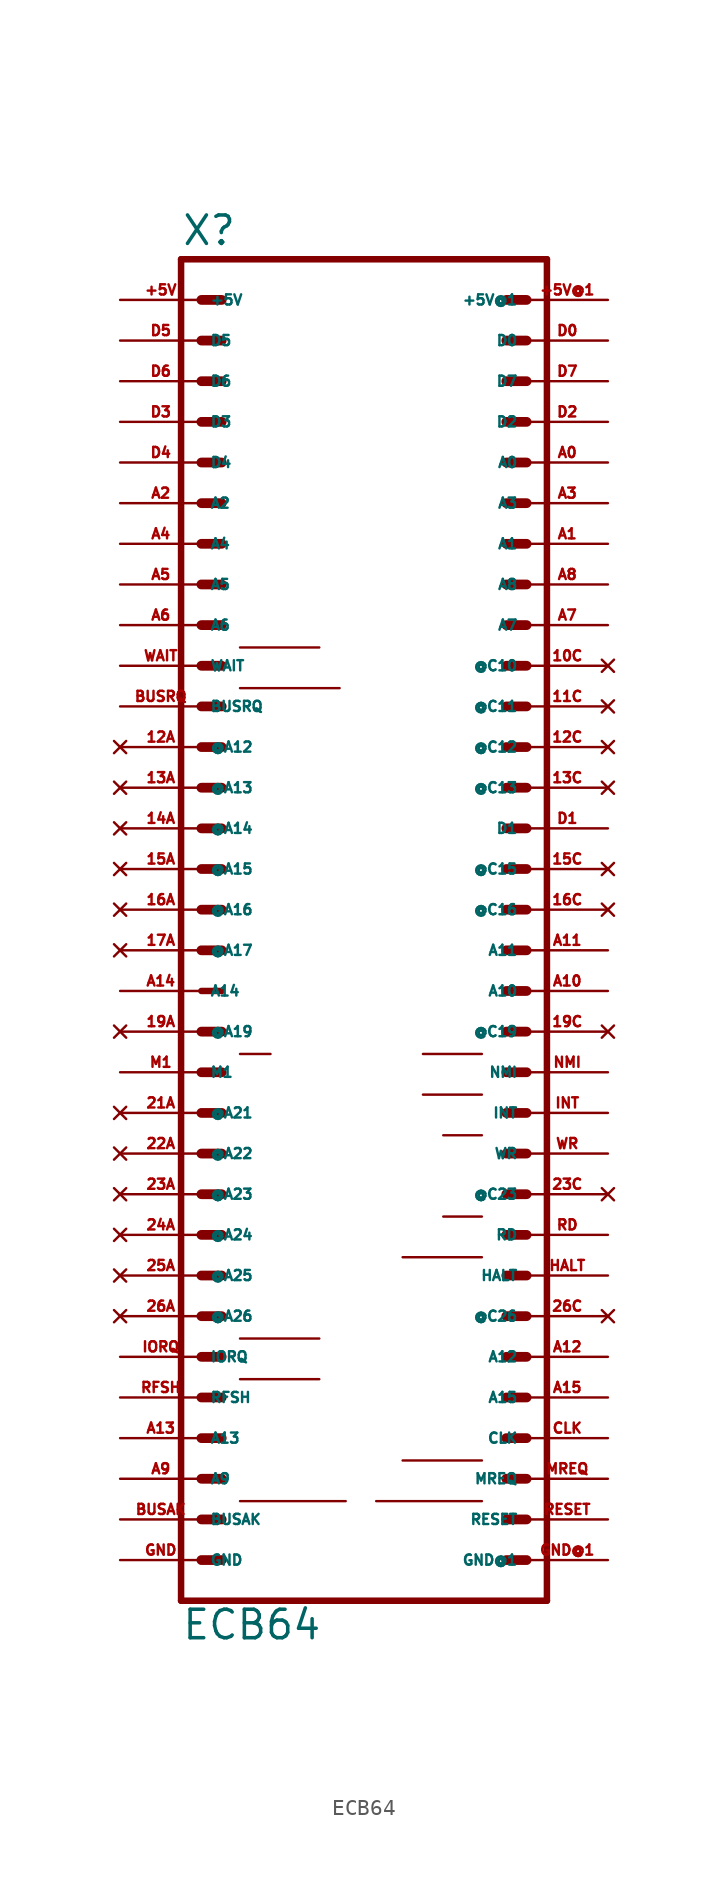
<source format=kicad_sym>
(kicad_symbol_lib
  (version 20220914)
  (generator Eagle2Kicad)
  (symbol "ECB64"
    (property "Reference" "X"
      (at -11.43 41.402 0)
      (effects (font (size 1.778 1.778) (thickness 0.22)) (justify left bottom)))
    (property "Value" "ECB64"
      (at -11.43 -45.72 0)
      (effects (font (size 1.778 1.778) (thickness 0.22)) (justify left bottom)))
    (polyline
      (pts (xy 11.43 -43.18) (xy -11.43 -43.18))
      (stroke (width 0.406) (type default))
      (fill (type none)))
    (polyline
      (pts (xy -11.43 40.64) (xy -11.43 -43.18))
      (stroke (width 0.406) (type default))
      (fill (type none)))
    (polyline
      (pts (xy -11.43 40.64) (xy 11.43 40.64))
      (stroke (width 0.406) (type default))
      (fill (type none)))
    (polyline
      (pts (xy 11.43 -43.18) (xy 11.43 40.64))
      (stroke (width 0.406) (type default))
      (fill (type none)))
    (polyline
      (pts (xy 8.89 -40.64) (xy 10.16 -40.64))
      (stroke (width 0.61) (type default))
      (fill (type none)))
    (polyline
      (pts (xy 8.89 -38.1) (xy 10.16 -38.1))
      (stroke (width 0.61) (type default))
      (fill (type none)))
    (polyline
      (pts (xy 8.89 -35.56) (xy 10.16 -35.56))
      (stroke (width 0.61) (type default))
      (fill (type none)))
    (polyline
      (pts (xy 8.89 -33.02) (xy 10.16 -33.02))
      (stroke (width 0.61) (type default))
      (fill (type none)))
    (polyline
      (pts (xy 8.89 -30.48) (xy 10.16 -30.48))
      (stroke (width 0.61) (type default))
      (fill (type none)))
    (polyline
      (pts (xy 8.89 -27.94) (xy 10.16 -27.94))
      (stroke (width 0.61) (type default))
      (fill (type none)))
    (polyline
      (pts (xy 8.89 -25.4) (xy 10.16 -25.4))
      (stroke (width 0.61) (type default))
      (fill (type none)))
    (polyline
      (pts (xy 8.89 -22.86) (xy 10.16 -22.86))
      (stroke (width 0.61) (type default))
      (fill (type none)))
    (polyline
      (pts (xy 8.89 -20.32) (xy 10.16 -20.32))
      (stroke (width 0.61) (type default))
      (fill (type none)))
    (polyline
      (pts (xy 8.89 -17.78) (xy 10.16 -17.78))
      (stroke (width 0.61) (type default))
      (fill (type none)))
    (polyline
      (pts (xy 8.89 -15.24) (xy 10.16 -15.24))
      (stroke (width 0.61) (type default))
      (fill (type none)))
    (polyline
      (pts (xy 8.89 -12.7) (xy 10.16 -12.7))
      (stroke (width 0.61) (type default))
      (fill (type none)))
    (polyline
      (pts (xy 8.89 -10.16) (xy 10.16 -10.16))
      (stroke (width 0.61) (type default))
      (fill (type none)))
    (polyline
      (pts (xy 8.89 -7.62) (xy 10.16 -7.62))
      (stroke (width 0.61) (type default))
      (fill (type none)))
    (polyline
      (pts (xy 8.89 -5.08) (xy 10.16 -5.08))
      (stroke (width 0.61) (type default))
      (fill (type none)))
    (polyline
      (pts (xy 8.89 -2.54) (xy 10.16 -2.54))
      (stroke (width 0.61) (type default))
      (fill (type none)))
    (polyline
      (pts (xy 8.89 0) (xy 10.16 0))
      (stroke (width 0.61) (type default))
      (fill (type none)))
    (polyline
      (pts (xy 8.89 2.54) (xy 10.16 2.54))
      (stroke (width 0.61) (type default))
      (fill (type none)))
    (polyline
      (pts (xy 8.89 5.08) (xy 10.16 5.08))
      (stroke (width 0.61) (type default))
      (fill (type none)))
    (polyline
      (pts (xy 8.89 7.62) (xy 10.16 7.62))
      (stroke (width 0.61) (type default))
      (fill (type none)))
    (polyline
      (pts (xy 8.89 10.16) (xy 10.16 10.16))
      (stroke (width 0.61) (type default))
      (fill (type none)))
    (polyline
      (pts (xy 8.89 12.7) (xy 10.16 12.7))
      (stroke (width 0.61) (type default))
      (fill (type none)))
    (polyline
      (pts (xy 8.89 15.24) (xy 10.16 15.24))
      (stroke (width 0.61) (type default))
      (fill (type none)))
    (polyline
      (pts (xy 8.89 17.78) (xy 10.16 17.78))
      (stroke (width 0.61) (type default))
      (fill (type none)))
    (polyline
      (pts (xy 8.89 20.32) (xy 10.16 20.32))
      (stroke (width 0.61) (type default))
      (fill (type none)))
    (polyline
      (pts (xy 8.89 22.86) (xy 10.16 22.86))
      (stroke (width 0.61) (type default))
      (fill (type none)))
    (polyline
      (pts (xy 8.89 25.4) (xy 10.16 25.4))
      (stroke (width 0.61) (type default))
      (fill (type none)))
    (polyline
      (pts (xy 8.89 27.94) (xy 10.16 27.94))
      (stroke (width 0.61) (type default))
      (fill (type none)))
    (polyline
      (pts (xy 8.89 30.48) (xy 10.16 30.48))
      (stroke (width 0.61) (type default))
      (fill (type none)))
    (polyline
      (pts (xy 8.89 33.02) (xy 10.16 33.02))
      (stroke (width 0.61) (type default))
      (fill (type none)))
    (polyline
      (pts (xy 8.89 35.56) (xy 10.16 35.56))
      (stroke (width 0.61) (type default))
      (fill (type none)))
    (polyline
      (pts (xy 8.89 38.1) (xy 10.16 38.1))
      (stroke (width 0.61) (type default))
      (fill (type none)))
    (polyline
      (pts (xy -10.16 -40.64) (xy -8.89 -40.64))
      (stroke (width 0.61) (type default))
      (fill (type none)))
    (polyline
      (pts (xy -10.16 -38.1) (xy -8.89 -38.1))
      (stroke (width 0.61) (type default))
      (fill (type none)))
    (polyline
      (pts (xy -10.16 -35.56) (xy -8.89 -35.56))
      (stroke (width 0.61) (type default))
      (fill (type none)))
    (polyline
      (pts (xy -10.16 -33.02) (xy -8.89 -33.02))
      (stroke (width 0.61) (type default))
      (fill (type none)))
    (polyline
      (pts (xy -10.16 -30.48) (xy -8.89 -30.48))
      (stroke (width 0.61) (type default))
      (fill (type none)))
    (polyline
      (pts (xy -10.16 -27.94) (xy -8.89 -27.94))
      (stroke (width 0.61) (type default))
      (fill (type none)))
    (polyline
      (pts (xy -10.16 -25.4) (xy -8.89 -25.4))
      (stroke (width 0.61) (type default))
      (fill (type none)))
    (polyline
      (pts (xy -10.16 -22.86) (xy -8.89 -22.86))
      (stroke (width 0.61) (type default))
      (fill (type none)))
    (polyline
      (pts (xy -10.16 -20.32) (xy -8.89 -20.32))
      (stroke (width 0.61) (type default))
      (fill (type none)))
    (polyline
      (pts (xy -10.16 -17.78) (xy -8.89 -17.78))
      (stroke (width 0.61) (type default))
      (fill (type none)))
    (polyline
      (pts (xy -10.16 -15.24) (xy -8.89 -15.24))
      (stroke (width 0.61) (type default))
      (fill (type none)))
    (polyline
      (pts (xy -10.16 -12.7) (xy -8.89 -12.7))
      (stroke (width 0.61) (type default))
      (fill (type none)))
    (polyline
      (pts (xy -10.16 -10.16) (xy -8.89 -10.16))
      (stroke (width 0.61) (type default))
      (fill (type none)))
    (polyline
      (pts (xy -10.16 -7.62) (xy -8.89 -7.62))
      (stroke (width 0.61) (type default))
      (fill (type none)))
    (polyline
      (pts (xy -10.16 -5.08) (xy -8.89 -5.08))
      (stroke (width 0.406) (type default))
      (fill (type none)))
    (polyline
      (pts (xy -10.16 -2.54) (xy -8.89 -2.54))
      (stroke (width 0.61) (type default))
      (fill (type none)))
    (polyline
      (pts (xy -10.16 0) (xy -8.89 0))
      (stroke (width 0.61) (type default))
      (fill (type none)))
    (polyline
      (pts (xy -10.16 2.54) (xy -8.89 2.54))
      (stroke (width 0.61) (type default))
      (fill (type none)))
    (polyline
      (pts (xy -10.16 5.08) (xy -8.89 5.08))
      (stroke (width 0.61) (type default))
      (fill (type none)))
    (polyline
      (pts (xy -10.16 7.62) (xy -8.89 7.62))
      (stroke (width 0.61) (type default))
      (fill (type none)))
    (polyline
      (pts (xy -10.16 10.16) (xy -8.89 10.16))
      (stroke (width 0.61) (type default))
      (fill (type none)))
    (polyline
      (pts (xy -10.16 12.7) (xy -8.89 12.7))
      (stroke (width 0.61) (type default))
      (fill (type none)))
    (polyline
      (pts (xy -10.16 15.24) (xy -8.89 15.24))
      (stroke (width 0.61) (type default))
      (fill (type none)))
    (polyline
      (pts (xy -10.16 17.78) (xy -8.89 17.78))
      (stroke (width 0.61) (type default))
      (fill (type none)))
    (polyline
      (pts (xy -10.16 20.32) (xy -8.89 20.32))
      (stroke (width 0.61) (type default))
      (fill (type none)))
    (polyline
      (pts (xy -10.16 22.86) (xy -8.89 22.86))
      (stroke (width 0.61) (type default))
      (fill (type none)))
    (polyline
      (pts (xy -10.16 25.4) (xy -8.89 25.4))
      (stroke (width 0.61) (type default))
      (fill (type none)))
    (polyline
      (pts (xy -10.16 27.94) (xy -8.89 27.94))
      (stroke (width 0.61) (type default))
      (fill (type none)))
    (polyline
      (pts (xy -10.16 30.48) (xy -8.89 30.48))
      (stroke (width 0.61) (type default))
      (fill (type none)))
    (polyline
      (pts (xy -10.16 33.02) (xy -8.89 33.02))
      (stroke (width 0.61) (type default))
      (fill (type none)))
    (polyline
      (pts (xy -10.16 35.56) (xy -8.89 35.56))
      (stroke (width 0.61) (type default))
      (fill (type none)))
    (polyline
      (pts (xy -10.16 38.1) (xy -8.89 38.1))
      (stroke (width 0.61) (type default))
      (fill (type none)))
    (polyline
      (pts (xy -7.747 13.843) (xy -1.524 13.843))
      (stroke (width 0.152) (type default))
      (fill (type none)))
    (polyline
      (pts (xy -7.747 16.383) (xy -2.794 16.383))
      (stroke (width 0.152) (type default))
      (fill (type none)))
    (polyline
      (pts (xy 3.683 -9.017) (xy 7.366 -9.017))
      (stroke (width 0.152) (type default))
      (fill (type none)))
    (polyline
      (pts (xy -7.747 -9.017) (xy -5.842 -9.017))
      (stroke (width 0.152) (type default))
      (fill (type none)))
    (polyline
      (pts (xy 3.683 -11.557) (xy 7.366 -11.557))
      (stroke (width 0.152) (type default))
      (fill (type none)))
    (polyline
      (pts (xy 4.953 -14.097) (xy 7.366 -14.097))
      (stroke (width 0.152) (type default))
      (fill (type none)))
    (polyline
      (pts (xy 4.953 -19.177) (xy 7.366 -19.177))
      (stroke (width 0.152) (type default))
      (fill (type none)))
    (polyline
      (pts (xy 2.413 -21.717) (xy 7.366 -21.717))
      (stroke (width 0.152) (type default))
      (fill (type none)))
    (polyline
      (pts (xy -7.747 -26.797) (xy -2.794 -26.797))
      (stroke (width 0.152) (type default))
      (fill (type none)))
    (polyline
      (pts (xy -7.747 -29.337) (xy -2.794 -29.337))
      (stroke (width 0.152) (type default))
      (fill (type none)))
    (polyline
      (pts (xy 2.413 -34.417) (xy 7.366 -34.417))
      (stroke (width 0.152) (type default))
      (fill (type none)))
    (polyline
      (pts (xy 0.762 -36.957) (xy 7.366 -36.957))
      (stroke (width 0.152) (type default))
      (fill (type none)))
    (polyline
      (pts (xy -7.747 -36.957) (xy -1.143 -36.957))
      (stroke (width 0.152) (type default))
      (fill (type none)))
    (pin unspecified line
      (at 15.24 38.1 180)
      (length 5.08)
      (name "+5V@1" (effects (font (size 0.635 0.635) (thickness 0.08)) (justify left bottom)))
      (number "+5V@1" (effects (font (size 0.635 0.635) (thickness 0.08)) (justify left bottom))))
    (pin bidirectional line
      (at 15.24 35.56 180)
      (length 5.08)
      (name "D0" (effects (font (size 0.635 0.635) (thickness 0.08)) (justify left bottom)))
      (number "D0" (effects (font (size 0.635 0.635) (thickness 0.08)) (justify left bottom))))
    (pin bidirectional line
      (at 15.24 33.02 180)
      (length 5.08)
      (name "D7" (effects (font (size 0.635 0.635) (thickness 0.08)) (justify left bottom)))
      (number "D7" (effects (font (size 0.635 0.635) (thickness 0.08)) (justify left bottom))))
    (pin bidirectional line
      (at 15.24 30.48 180)
      (length 5.08)
      (name "D2" (effects (font (size 0.635 0.635) (thickness 0.08)) (justify left bottom)))
      (number "D2" (effects (font (size 0.635 0.635) (thickness 0.08)) (justify left bottom))))
    (pin bidirectional line
      (at 15.24 27.94 180)
      (length 5.08)
      (name "A0" (effects (font (size 0.635 0.635) (thickness 0.08)) (justify left bottom)))
      (number "A0" (effects (font (size 0.635 0.635) (thickness 0.08)) (justify left bottom))))
    (pin bidirectional line
      (at 15.24 25.4 180)
      (length 5.08)
      (name "A3" (effects (font (size 0.635 0.635) (thickness 0.08)) (justify left bottom)))
      (number "A3" (effects (font (size 0.635 0.635) (thickness 0.08)) (justify left bottom))))
    (pin bidirectional line
      (at 15.24 22.86 180)
      (length 5.08)
      (name "A1" (effects (font (size 0.635 0.635) (thickness 0.08)) (justify left bottom)))
      (number "A1" (effects (font (size 0.635 0.635) (thickness 0.08)) (justify left bottom))))
    (pin bidirectional line
      (at 15.24 20.32 180)
      (length 5.08)
      (name "A8" (effects (font (size 0.635 0.635) (thickness 0.08)) (justify left bottom)))
      (number "A8" (effects (font (size 0.635 0.635) (thickness 0.08)) (justify left bottom))))
    (pin bidirectional line
      (at 15.24 17.78 180)
      (length 5.08)
      (name "A7" (effects (font (size 0.635 0.635) (thickness 0.08)) (justify left bottom)))
      (number "A7" (effects (font (size 0.635 0.635) (thickness 0.08)) (justify left bottom))))
    (pin no_connect line
      (at 15.24 15.24 180)
      (length 5.08)
      (name "@C10" (effects (font (size 0.635 0.635) (thickness 0.08)) (justify left bottom) hide))
      (number "10C" (effects (font (size 0.635 0.635) (thickness 0.08)) (justify left bottom) hide)))
    (pin no_connect line
      (at 15.24 12.7 180)
      (length 5.08)
      (name "@C11" (effects (font (size 0.635 0.635) (thickness 0.08)) (justify left bottom) hide))
      (number "11C" (effects (font (size 0.635 0.635) (thickness 0.08)) (justify left bottom) hide)))
    (pin no_connect line
      (at 15.24 10.16 180)
      (length 5.08)
      (name "@C12" (effects (font (size 0.635 0.635) (thickness 0.08)) (justify left bottom) hide))
      (number "12C" (effects (font (size 0.635 0.635) (thickness 0.08)) (justify left bottom) hide)))
    (pin no_connect line
      (at 15.24 7.62 180)
      (length 5.08)
      (name "@C13" (effects (font (size 0.635 0.635) (thickness 0.08)) (justify left bottom) hide))
      (number "13C" (effects (font (size 0.635 0.635) (thickness 0.08)) (justify left bottom) hide)))
    (pin bidirectional line
      (at 15.24 5.08 180)
      (length 5.08)
      (name "D1" (effects (font (size 0.635 0.635) (thickness 0.08)) (justify left bottom)))
      (number "D1" (effects (font (size 0.635 0.635) (thickness 0.08)) (justify left bottom))))
    (pin no_connect line
      (at 15.24 2.54 180)
      (length 5.08)
      (name "@C15" (effects (font (size 0.635 0.635) (thickness 0.08)) (justify left bottom) hide))
      (number "15C" (effects (font (size 0.635 0.635) (thickness 0.08)) (justify left bottom) hide)))
    (pin no_connect line
      (at 15.24 0 180)
      (length 5.08)
      (name "@C16" (effects (font (size 0.635 0.635) (thickness 0.08)) (justify left bottom) hide))
      (number "16C" (effects (font (size 0.635 0.635) (thickness 0.08)) (justify left bottom) hide)))
    (pin bidirectional line
      (at 15.24 -2.54 180)
      (length 5.08)
      (name "A11" (effects (font (size 0.635 0.635) (thickness 0.08)) (justify left bottom)))
      (number "A11" (effects (font (size 0.635 0.635) (thickness 0.08)) (justify left bottom))))
    (pin bidirectional line
      (at 15.24 -5.08 180)
      (length 5.08)
      (name "A10" (effects (font (size 0.635 0.635) (thickness 0.08)) (justify left bottom)))
      (number "A10" (effects (font (size 0.635 0.635) (thickness 0.08)) (justify left bottom))))
    (pin no_connect line
      (at 15.24 -7.62 180)
      (length 5.08)
      (name "@C19" (effects (font (size 0.635 0.635) (thickness 0.08)) (justify left bottom) hide))
      (number "19C" (effects (font (size 0.635 0.635) (thickness 0.08)) (justify left bottom) hide)))
    (pin bidirectional line
      (at 15.24 -10.16 180)
      (length 5.08)
      (name "NMI" (effects (font (size 0.635 0.635) (thickness 0.08)) (justify left bottom)))
      (number "NMI" (effects (font (size 0.635 0.635) (thickness 0.08)) (justify left bottom))))
    (pin bidirectional line
      (at 15.24 -12.7 180)
      (length 5.08)
      (name "INT" (effects (font (size 0.635 0.635) (thickness 0.08)) (justify left bottom)))
      (number "INT" (effects (font (size 0.635 0.635) (thickness 0.08)) (justify left bottom))))
    (pin bidirectional line
      (at 15.24 -15.24 180)
      (length 5.08)
      (name "WR" (effects (font (size 0.635 0.635) (thickness 0.08)) (justify left bottom)))
      (number "WR" (effects (font (size 0.635 0.635) (thickness 0.08)) (justify left bottom))))
    (pin no_connect line
      (at 15.24 -17.78 180)
      (length 5.08)
      (name "@C23" (effects (font (size 0.635 0.635) (thickness 0.08)) (justify left bottom) hide))
      (number "23C" (effects (font (size 0.635 0.635) (thickness 0.08)) (justify left bottom) hide)))
    (pin bidirectional line
      (at 15.24 -20.32 180)
      (length 5.08)
      (name "RD" (effects (font (size 0.635 0.635) (thickness 0.08)) (justify left bottom)))
      (number "RD" (effects (font (size 0.635 0.635) (thickness 0.08)) (justify left bottom))))
    (pin bidirectional line
      (at 15.24 -22.86 180)
      (length 5.08)
      (name "HALT" (effects (font (size 0.635 0.635) (thickness 0.08)) (justify left bottom)))
      (number "HALT" (effects (font (size 0.635 0.635) (thickness 0.08)) (justify left bottom))))
    (pin no_connect line
      (at 15.24 -25.4 180)
      (length 5.08)
      (name "@C26" (effects (font (size 0.635 0.635) (thickness 0.08)) (justify left bottom) hide))
      (number "26C" (effects (font (size 0.635 0.635) (thickness 0.08)) (justify left bottom) hide)))
    (pin bidirectional line
      (at 15.24 -27.94 180)
      (length 5.08)
      (name "A12" (effects (font (size 0.635 0.635) (thickness 0.08)) (justify left bottom)))
      (number "A12" (effects (font (size 0.635 0.635) (thickness 0.08)) (justify left bottom))))
    (pin bidirectional line
      (at 15.24 -30.48 180)
      (length 5.08)
      (name "A15" (effects (font (size 0.635 0.635) (thickness 0.08)) (justify left bottom)))
      (number "A15" (effects (font (size 0.635 0.635) (thickness 0.08)) (justify left bottom))))
    (pin bidirectional line
      (at 15.24 -33.02 180)
      (length 5.08)
      (name "CLK" (effects (font (size 0.635 0.635) (thickness 0.08)) (justify left bottom)))
      (number "CLK" (effects (font (size 0.635 0.635) (thickness 0.08)) (justify left bottom))))
    (pin bidirectional line
      (at 15.24 -35.56 180)
      (length 5.08)
      (name "MREQ" (effects (font (size 0.635 0.635) (thickness 0.08)) (justify left bottom)))
      (number "MREQ" (effects (font (size 0.635 0.635) (thickness 0.08)) (justify left bottom))))
    (pin bidirectional line
      (at 15.24 -38.1 180)
      (length 5.08)
      (name "RESET" (effects (font (size 0.635 0.635) (thickness 0.08)) (justify left bottom)))
      (number "RESET" (effects (font (size 0.635 0.635) (thickness 0.08)) (justify left bottom))))
    (pin unspecified line
      (at 15.24 -40.64 180)
      (length 5.08)
      (name "GND@1" (effects (font (size 0.635 0.635) (thickness 0.08)) (justify left bottom)))
      (number "GND@1" (effects (font (size 0.635 0.635) (thickness 0.08)) (justify left bottom))))
    (pin unspecified line
      (at -15.24 38.1 0)
      (length 5.08)
      (name "+5V" (effects (font (size 0.635 0.635) (thickness 0.08)) (justify left bottom)))
      (number "+5V" (effects (font (size 0.635 0.635) (thickness 0.08)) (justify left bottom))))
    (pin bidirectional line
      (at -15.24 35.56 0)
      (length 5.08)
      (name "D5" (effects (font (size 0.635 0.635) (thickness 0.08)) (justify left bottom)))
      (number "D5" (effects (font (size 0.635 0.635) (thickness 0.08)) (justify left bottom))))
    (pin bidirectional line
      (at -15.24 33.02 0)
      (length 5.08)
      (name "D6" (effects (font (size 0.635 0.635) (thickness 0.08)) (justify left bottom)))
      (number "D6" (effects (font (size 0.635 0.635) (thickness 0.08)) (justify left bottom))))
    (pin bidirectional line
      (at -15.24 30.48 0)
      (length 5.08)
      (name "D3" (effects (font (size 0.635 0.635) (thickness 0.08)) (justify left bottom)))
      (number "D3" (effects (font (size 0.635 0.635) (thickness 0.08)) (justify left bottom))))
    (pin bidirectional line
      (at -15.24 27.94 0)
      (length 5.08)
      (name "D4" (effects (font (size 0.635 0.635) (thickness 0.08)) (justify left bottom)))
      (number "D4" (effects (font (size 0.635 0.635) (thickness 0.08)) (justify left bottom))))
    (pin bidirectional line
      (at -15.24 25.4 0)
      (length 5.08)
      (name "A2" (effects (font (size 0.635 0.635) (thickness 0.08)) (justify left bottom)))
      (number "A2" (effects (font (size 0.635 0.635) (thickness 0.08)) (justify left bottom))))
    (pin bidirectional line
      (at -15.24 22.86 0)
      (length 5.08)
      (name "A4" (effects (font (size 0.635 0.635) (thickness 0.08)) (justify left bottom)))
      (number "A4" (effects (font (size 0.635 0.635) (thickness 0.08)) (justify left bottom))))
    (pin bidirectional line
      (at -15.24 20.32 0)
      (length 5.08)
      (name "A5" (effects (font (size 0.635 0.635) (thickness 0.08)) (justify left bottom)))
      (number "A5" (effects (font (size 0.635 0.635) (thickness 0.08)) (justify left bottom))))
    (pin bidirectional line
      (at -15.24 17.78 0)
      (length 5.08)
      (name "A6" (effects (font (size 0.635 0.635) (thickness 0.08)) (justify left bottom)))
      (number "A6" (effects (font (size 0.635 0.635) (thickness 0.08)) (justify left bottom))))
    (pin bidirectional line
      (at -15.24 15.24 0)
      (length 5.08)
      (name "WAIT" (effects (font (size 0.635 0.635) (thickness 0.08)) (justify left bottom)))
      (number "WAIT" (effects (font (size 0.635 0.635) (thickness 0.08)) (justify left bottom))))
    (pin bidirectional line
      (at -15.24 12.7 0)
      (length 5.08)
      (name "BUSRQ" (effects (font (size 0.635 0.635) (thickness 0.08)) (justify left bottom)))
      (number "BUSRQ" (effects (font (size 0.635 0.635) (thickness 0.08)) (justify left bottom))))
    (pin no_connect line
      (at -15.24 10.16 0)
      (length 5.08)
      (name "@A12" (effects (font (size 0.635 0.635) (thickness 0.08)) (justify left bottom) hide))
      (number "12A" (effects (font (size 0.635 0.635) (thickness 0.08)) (justify left bottom) hide)))
    (pin no_connect line
      (at -15.24 7.62 0)
      (length 5.08)
      (name "@A13" (effects (font (size 0.635 0.635) (thickness 0.08)) (justify left bottom) hide))
      (number "13A" (effects (font (size 0.635 0.635) (thickness 0.08)) (justify left bottom) hide)))
    (pin no_connect line
      (at -15.24 5.08 0)
      (length 5.08)
      (name "@A14" (effects (font (size 0.635 0.635) (thickness 0.08)) (justify left bottom) hide))
      (number "14A" (effects (font (size 0.635 0.635) (thickness 0.08)) (justify left bottom) hide)))
    (pin no_connect line
      (at -15.24 2.54 0)
      (length 5.08)
      (name "@A15" (effects (font (size 0.635 0.635) (thickness 0.08)) (justify left bottom) hide))
      (number "15A" (effects (font (size 0.635 0.635) (thickness 0.08)) (justify left bottom) hide)))
    (pin no_connect line
      (at -15.24 0 0)
      (length 5.08)
      (name "@A16" (effects (font (size 0.635 0.635) (thickness 0.08)) (justify left bottom) hide))
      (number "16A" (effects (font (size 0.635 0.635) (thickness 0.08)) (justify left bottom) hide)))
    (pin no_connect line
      (at -15.24 -2.54 0)
      (length 5.08)
      (name "@A17" (effects (font (size 0.635 0.635) (thickness 0.08)) (justify left bottom) hide))
      (number "17A" (effects (font (size 0.635 0.635) (thickness 0.08)) (justify left bottom) hide)))
    (pin bidirectional line
      (at -15.24 -5.08 0)
      (length 5.08)
      (name "A14" (effects (font (size 0.635 0.635) (thickness 0.08)) (justify left bottom)))
      (number "A14" (effects (font (size 0.635 0.635) (thickness 0.08)) (justify left bottom))))
    (pin no_connect line
      (at -15.24 -7.62 0)
      (length 5.08)
      (name "@A19" (effects (font (size 0.635 0.635) (thickness 0.08)) (justify left bottom) hide))
      (number "19A" (effects (font (size 0.635 0.635) (thickness 0.08)) (justify left bottom) hide)))
    (pin bidirectional line
      (at -15.24 -10.16 0)
      (length 5.08)
      (name "M1" (effects (font (size 0.635 0.635) (thickness 0.08)) (justify left bottom)))
      (number "M1" (effects (font (size 0.635 0.635) (thickness 0.08)) (justify left bottom))))
    (pin no_connect line
      (at -15.24 -12.7 0)
      (length 5.08)
      (name "@A21" (effects (font (size 0.635 0.635) (thickness 0.08)) (justify left bottom) hide))
      (number "21A" (effects (font (size 0.635 0.635) (thickness 0.08)) (justify left bottom) hide)))
    (pin no_connect line
      (at -15.24 -15.24 0)
      (length 5.08)
      (name "@A22" (effects (font (size 0.635 0.635) (thickness 0.08)) (justify left bottom) hide))
      (number "22A" (effects (font (size 0.635 0.635) (thickness 0.08)) (justify left bottom) hide)))
    (pin no_connect line
      (at -15.24 -17.78 0)
      (length 5.08)
      (name "@A23" (effects (font (size 0.635 0.635) (thickness 0.08)) (justify left bottom) hide))
      (number "23A" (effects (font (size 0.635 0.635) (thickness 0.08)) (justify left bottom) hide)))
    (pin no_connect line
      (at -15.24 -20.32 0)
      (length 5.08)
      (name "@A24" (effects (font (size 0.635 0.635) (thickness 0.08)) (justify left bottom) hide))
      (number "24A" (effects (font (size 0.635 0.635) (thickness 0.08)) (justify left bottom) hide)))
    (pin no_connect line
      (at -15.24 -22.86 0)
      (length 5.08)
      (name "@A25" (effects (font (size 0.635 0.635) (thickness 0.08)) (justify left bottom) hide))
      (number "25A" (effects (font (size 0.635 0.635) (thickness 0.08)) (justify left bottom) hide)))
    (pin no_connect line
      (at -15.24 -25.4 0)
      (length 5.08)
      (name "@A26" (effects (font (size 0.635 0.635) (thickness 0.08)) (justify left bottom) hide))
      (number "26A" (effects (font (size 0.635 0.635) (thickness 0.08)) (justify left bottom) hide)))
    (pin bidirectional line
      (at -15.24 -27.94 0)
      (length 5.08)
      (name "IORQ" (effects (font (size 0.635 0.635) (thickness 0.08)) (justify left bottom)))
      (number "IORQ" (effects (font (size 0.635 0.635) (thickness 0.08)) (justify left bottom))))
    (pin bidirectional line
      (at -15.24 -30.48 0)
      (length 5.08)
      (name "RFSH" (effects (font (size 0.635 0.635) (thickness 0.08)) (justify left bottom)))
      (number "RFSH" (effects (font (size 0.635 0.635) (thickness 0.08)) (justify left bottom))))
    (pin bidirectional line
      (at -15.24 -33.02 0)
      (length 5.08)
      (name "A13" (effects (font (size 0.635 0.635) (thickness 0.08)) (justify left bottom)))
      (number "A13" (effects (font (size 0.635 0.635) (thickness 0.08)) (justify left bottom))))
    (pin bidirectional line
      (at -15.24 -35.56 0)
      (length 5.08)
      (name "A9" (effects (font (size 0.635 0.635) (thickness 0.08)) (justify left bottom)))
      (number "A9" (effects (font (size 0.635 0.635) (thickness 0.08)) (justify left bottom))))
    (pin bidirectional line
      (at -15.24 -38.1 0)
      (length 5.08)
      (name "BUSAK" (effects (font (size 0.635 0.635) (thickness 0.08)) (justify left bottom)))
      (number "BUSAK" (effects (font (size 0.635 0.635) (thickness 0.08)) (justify left bottom))))
    (pin unspecified line
      (at -15.24 -40.64 0)
      (length 5.08)
      (name "GND" (effects (font (size 0.635 0.635) (thickness 0.08)) (justify left bottom)))
      (number "GND" (effects (font (size 0.635 0.635) (thickness 0.08)) (justify left bottom))))))
</source>
